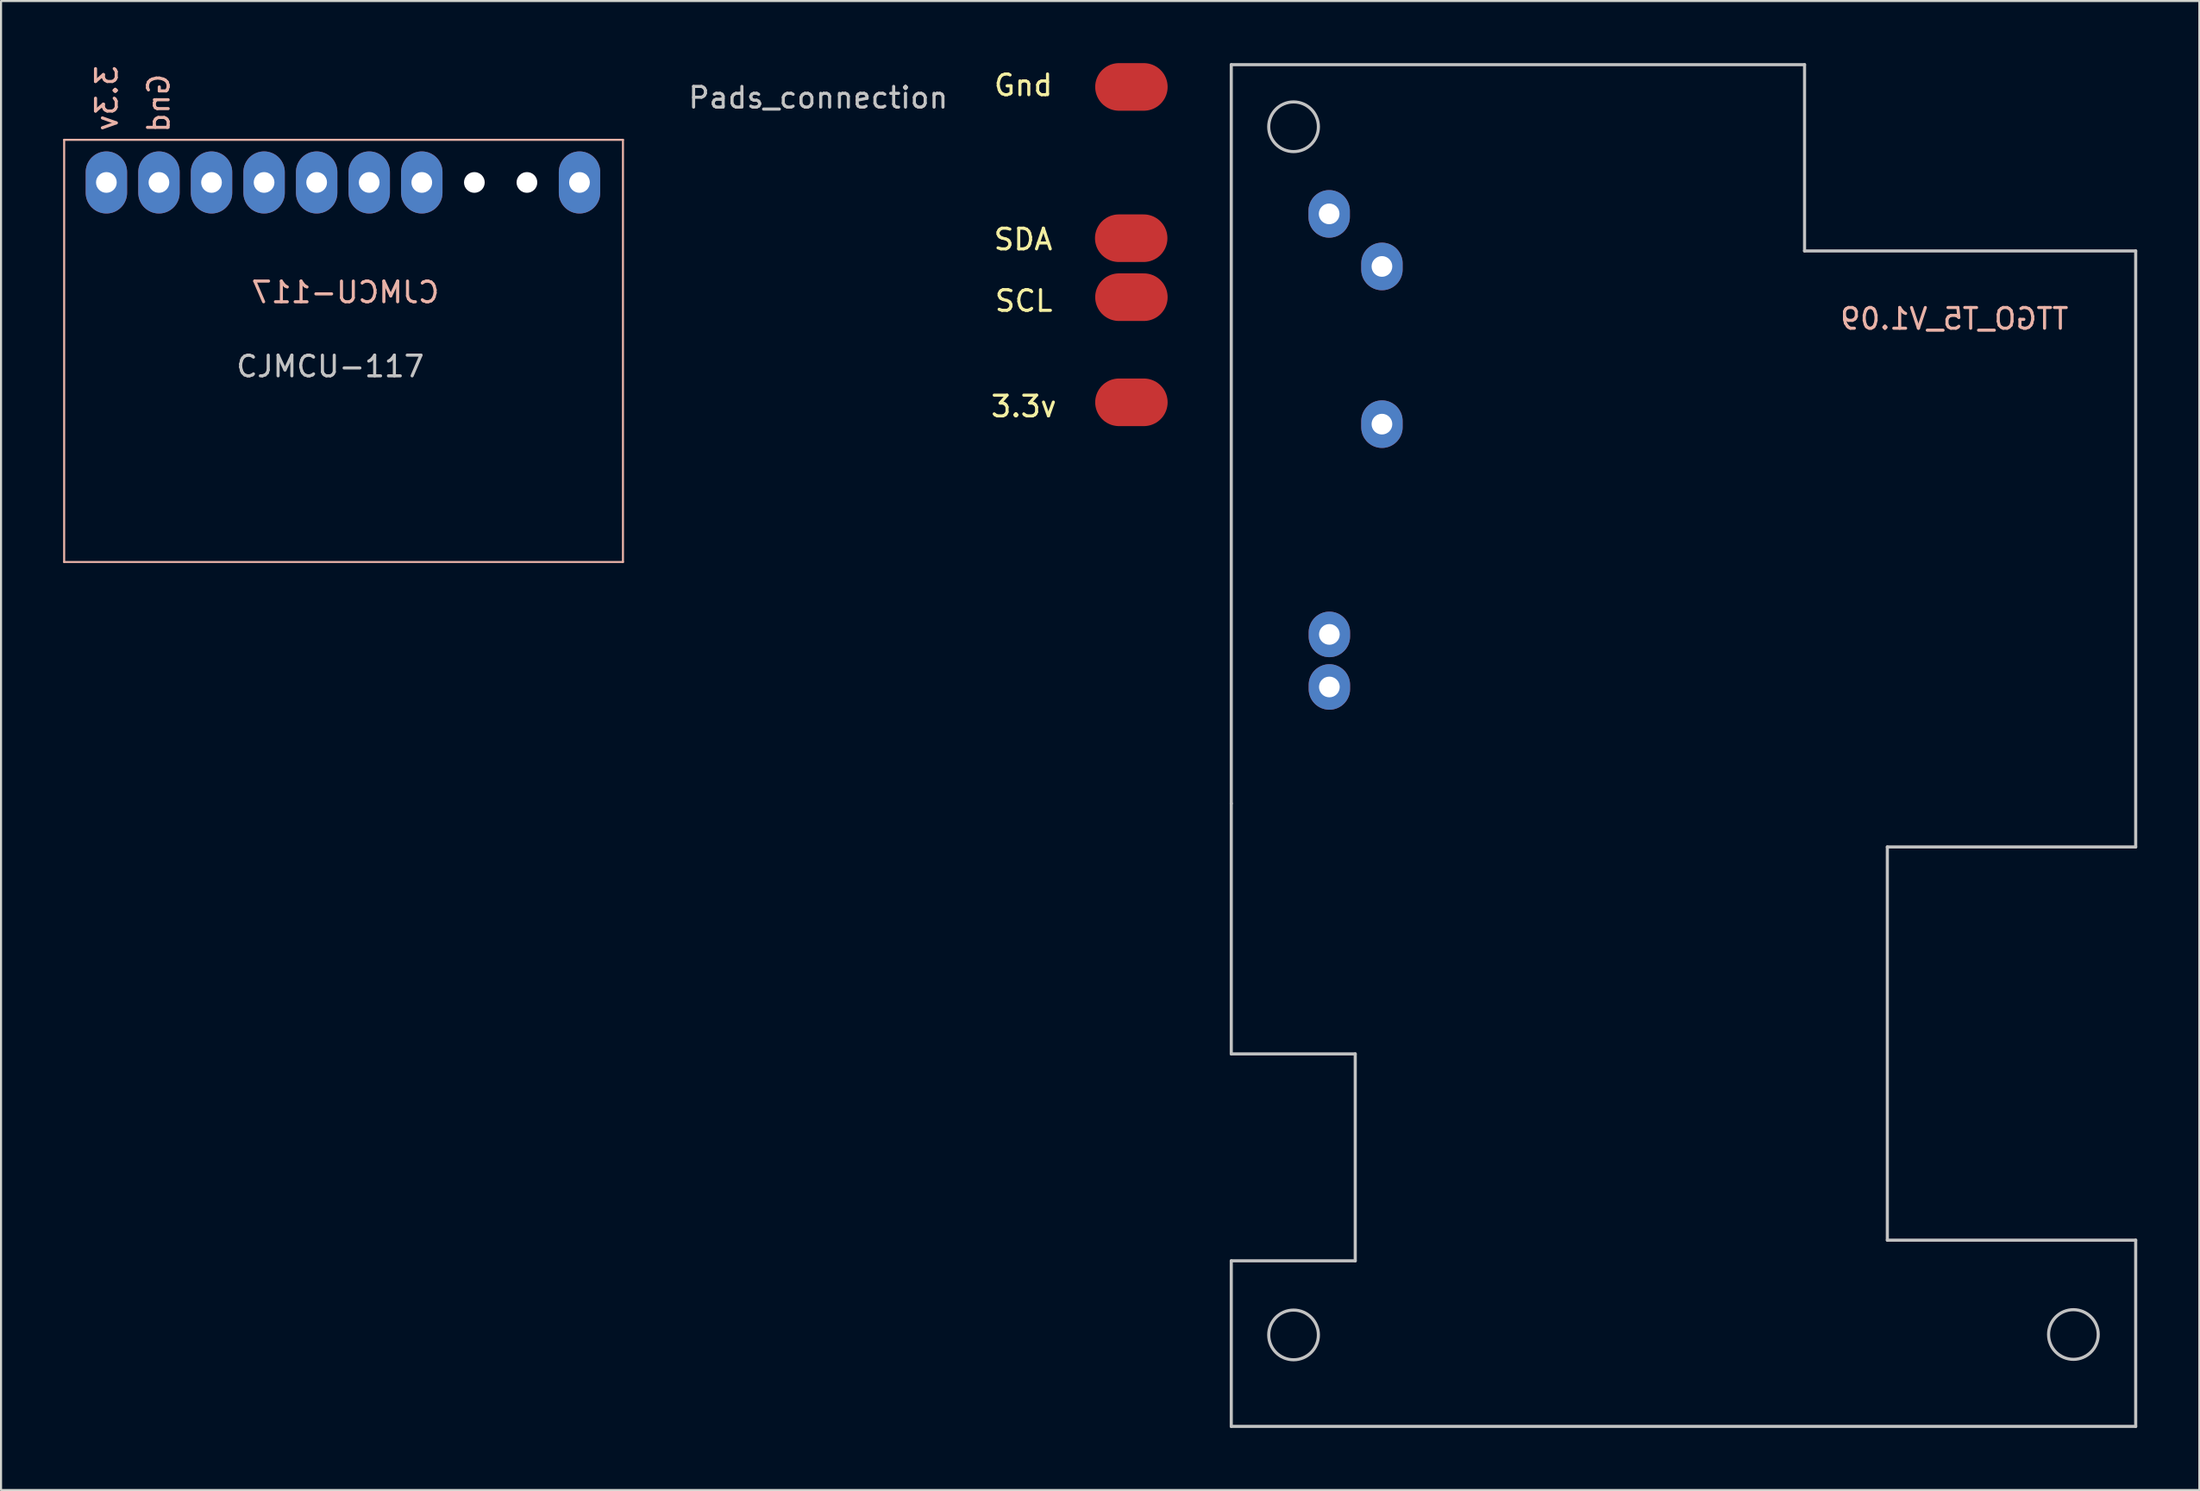
<source format=kicad_pcb>
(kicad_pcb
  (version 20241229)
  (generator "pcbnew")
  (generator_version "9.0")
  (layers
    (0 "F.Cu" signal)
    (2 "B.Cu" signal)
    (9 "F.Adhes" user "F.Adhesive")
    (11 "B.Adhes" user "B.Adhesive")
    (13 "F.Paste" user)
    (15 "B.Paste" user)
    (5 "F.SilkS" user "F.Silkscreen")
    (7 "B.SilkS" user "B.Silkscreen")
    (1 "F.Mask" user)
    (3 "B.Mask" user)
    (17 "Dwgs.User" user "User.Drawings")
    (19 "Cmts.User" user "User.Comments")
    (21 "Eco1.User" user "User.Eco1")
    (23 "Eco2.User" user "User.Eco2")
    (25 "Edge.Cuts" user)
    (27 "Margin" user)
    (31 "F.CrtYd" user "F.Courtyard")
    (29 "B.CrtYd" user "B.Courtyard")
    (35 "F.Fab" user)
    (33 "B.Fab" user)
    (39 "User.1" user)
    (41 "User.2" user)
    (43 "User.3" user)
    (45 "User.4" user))
  (footprint "Pads_connection"
    (layer "F.Cu")
    (at 51.617 3.69)
    (property "Reference" "Pads_connection" (at -15.13 -2.02 0) (layer "Dwgs.User") (effects (font (size 1 1) (thickness 0.15))))
    (attr through_hole)
    (fp_text user "Gnd" (at -5.22 -2.62 0) (layer "F.SilkS") (effects (font (size 1 1) (thickness 0.15))))
    (fp_text user "SCL" (at -5.2 7.8 0) (layer "F.SilkS") (effects (font (size 1 1) (thickness 0.15))))
    (fp_text user "3.3v" (at -5.2 12.9 0) (layer "F.SilkS") (effects (font (size 1 1) (thickness 0.15))))
    (fp_text user "SDA" (at -5.23 4.83 0) (layer "F.SilkS") (effects (font (size 1 1) (thickness 0.15))))
    (pad "1" smd oval (at 0 -2.54) (size 3.5 2.3) (layers "F.Cu" "F.Mask"))
    (pad "3" smd oval (at -0.01 4.77) (size 3.5 2.3) (layers "F.Cu" "F.Mask"))
    (pad "4" smd oval (at 0 7.62) (size 3.5 2.3) (layers "F.Cu" "F.Mask"))
    (pad "5" smd oval (at 0 12.7) (size 3.5 2.3) (layers "F.Cu" "F.Mask")))
  (footprint "TTGO_T5_V1.09"
    (layer "F.Cu")
    (at 63.502 35.775)
    (property "Reference" "TTGO_T5_V1.09" (at 27.88 -23.42 0) (layer "B.SilkS") (effects (font (size 1 1) (thickness 0.15)) (justify mirror)))
    (attr through_hole)
    (fp_line (start -7.06 -35.7) (end 20.64 -35.7) (stroke (width 0.15) (type solid)) (layer "Dwgs.User"))
    (fp_line (start -7.06 0) (end -7.06 -35.7) (stroke (width 0.15) (type solid)) (layer "Dwgs.User"))
    (fp_line (start -7.06 12.1) (end -7.06 0) (stroke (width 0.15) (type solid)) (layer "Dwgs.User"))
    (fp_line (start -7.06 22.1) (end -7.06 30.1) (stroke (width 0.15) (type solid)) (layer "Dwgs.User"))
    (fp_line (start -7.06 22.1) (end -1.07 22.1) (stroke (width 0.15) (type solid)) (layer "Dwgs.User"))
    (fp_line (start -1.07 12.1) (end -7.06 12.1) (stroke (width 0.15) (type solid)) (layer "Dwgs.User"))
    (fp_line (start -1.07 22.1) (end -1.07 12.1) (stroke (width 0.15) (type solid)) (layer "Dwgs.User"))
    (fp_line (start 20.64 -35.7) (end 20.64 -26.7) (stroke (width 0.15) (type solid)) (layer "Dwgs.User"))
    (fp_line (start 20.64 -26.7) (end 36.64 -26.7) (stroke (width 0.15) (type solid)) (layer "Dwgs.User"))
    (fp_line (start 24.64 2.1) (end 36.64 2.1) (stroke (width 0.15) (type solid)) (layer "Dwgs.User"))
    (fp_line (start 24.64 21.1) (end 24.64 2.1) (stroke (width 0.15) (type solid)) (layer "Dwgs.User"))
    (fp_line (start 36.64 -26.7) (end 36.64 2.1) (stroke (width 0.15) (type solid)) (layer "Dwgs.User"))
    (fp_line (start 36.64 21.1) (end 24.64 21.1) (stroke (width 0.15) (type solid)) (layer "Dwgs.User"))
    (fp_line (start 36.64 21.1) (end 36.64 30.1) (stroke (width 0.15) (type solid)) (layer "Dwgs.User"))
    (fp_line (start 36.64 30.1) (end -7.06 30.1) (stroke (width 0.15) (type solid)) (layer "Dwgs.User"))
    (fp_circle (center -4.05 -32.7) (end -2.85 -32.7) (stroke (width 0.15) (type solid)) (fill no) (layer "Dwgs.User"))
    (fp_circle (center -4.05 25.68) (end -2.85 25.68) (stroke (width 0.15) (type solid)) (fill no) (layer "Dwgs.User"))
    (fp_circle (center 33.63 25.66) (end 34.83 25.66) (stroke (width 0.15) (type solid)) (fill no) (layer "Dwgs.User"))
    (pad "3" thru_hole oval (at -2.32 -5.63) (size 2 2.2) (drill 1) (layers "*.Cu" "*.Mask"))
    (pad "4" thru_hole oval (at -2.32 -8.17) (size 2 2.2) (drill 1) (layers "*.Cu" "*.Mask"))
    (pad "12" thru_hole oval (at -2.33 -28.49) (size 2 2.3) (drill 1) (layers "*.Cu" "*.Mask"))
    (pad "20" thru_hole oval (at 0.22 -18.33) (size 2 2.3) (drill 1) (layers "*.Cu" "*.Mask"))
    (pad "23" thru_hole oval (at 0.22 -25.95) (size 2 2.3) (drill 1) (layers "*.Cu" "*.Mask")))
  (footprint "CJMCU-117"
    (layer "F.Cu")
    (at 12.25 8.306)
    (property "Reference" "CJMCU-117" (at 0.66 6.35 0) (layer "Dwgs.User") (effects (font (size 1 1) (thickness 0.15))))
    (attr through_hole)
    (fp_line (start -12.2 -4.6) (end 14.8 -4.6) (stroke (width 0.1) (type solid)) (layer "B.SilkS"))
    (fp_line (start -12.2 15.8) (end -12.2 -4.6) (stroke (width 0.1) (type solid)) (layer "B.SilkS"))
    (fp_line (start 14.8 -4.6) (end 14.8 15.8) (stroke (width 0.1) (type solid)) (layer "B.SilkS"))
    (fp_line (start 14.8 15.8) (end -12.2 15.8) (stroke (width 0.1) (type solid)) (layer "B.SilkS"))
    (fp_text user "CJMCU-117" (at 1.39 2.77 0) (layer "B.SilkS") (effects (font (size 1 1) (thickness 0.15)) (justify mirror)))
    (fp_text user "3.3v" (at -10.14 -6.61 270) (layer "B.SilkS") (effects (font (size 1 1) (thickness 0.15)) (justify mirror)))
    (fp_text user "Gnd" (at -7.63 -6.37 270) (layer "B.SilkS") (effects (font (size 1 1) (thickness 0.15)) (justify mirror)))
    (pad "" np_thru_hole circle (at 7.62 -2.54) (size 1 1) (drill 1) (layers "*.Cu" "*.Mask"))
    (pad "" np_thru_hole circle (at 10.16 -2.54) (size 1 1) (drill 1) (layers "*.Cu" "*.Mask"))
    (pad "1" thru_hole oval (at -10.16 -2.54) (size 2 3) (drill 1) (layers "*.Cu" "*.Mask"))
    (pad "2" thru_hole oval (at -7.62 -2.54) (size 2 3) (drill 1) (layers "*.Cu" "*.Mask"))
    (pad "3" thru_hole oval (at -5.08 -2.54) (size 2 3) (drill 1) (layers "*.Cu" "*.Mask"))
    (pad "4" thru_hole oval (at -2.54 -2.54) (size 2 3) (drill 1) (layers "*.Cu" "*.Mask"))
    (pad "5" thru_hole oval (at 0 -2.54) (size 2 3) (drill 1) (layers "*.Cu" "*.Mask"))
    (pad "6" thru_hole oval (at 2.54 -2.54) (size 2 3) (drill 1) (layers "*.Cu" "*.Mask"))
    (pad "7" thru_hole oval (at 5.08 -2.54) (size 2 3) (drill 1) (layers "*.Cu" "*.Mask"))
    (pad "10" thru_hole oval (at 12.7 -2.54) (size 2 3) (drill 1) (layers "*.Cu" "*.Mask")))
  (gr_rect
    (start -3 -3)
    (end 103.217 68.95)
    (stroke (width 0.1) (type default))
    (fill no)
    (layer "Edge.Cuts")))
</source>
